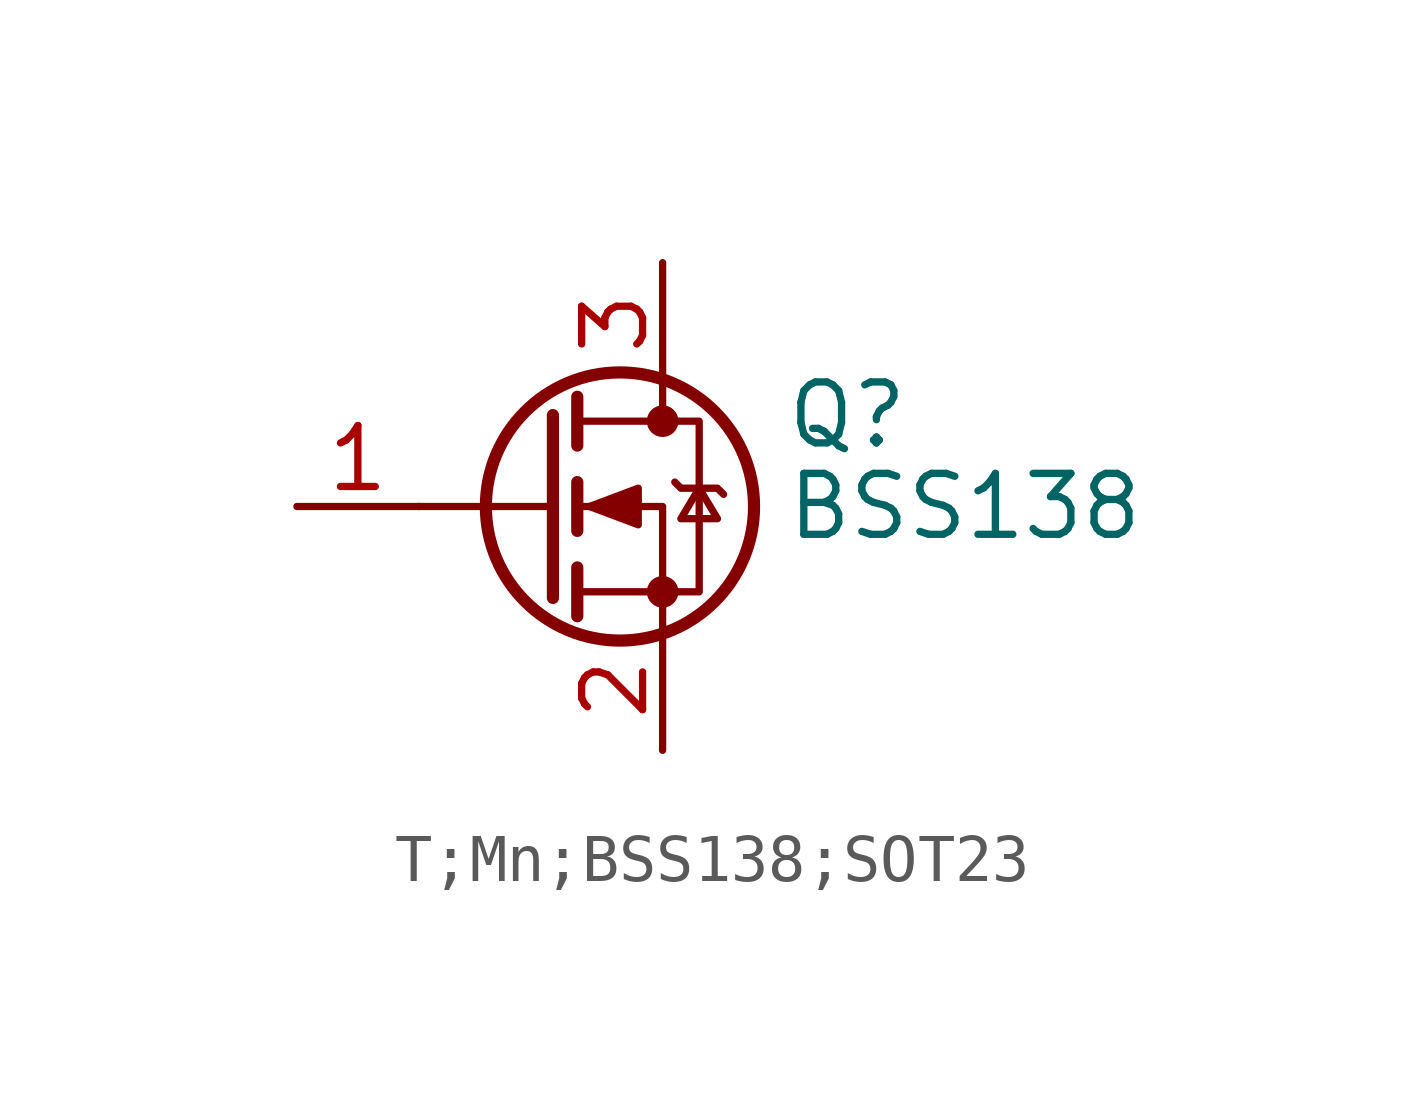
<source format=kicad_sym>
(kicad_symbol_lib
  (version 20231120)
  (generator "kicad_symbol_editor")
  (generator_version "8.0")
  (symbol "T;Mn;BSS138;SOT23"
    (pin_names hide)
    (property "Reference" "Q"
      (at 5.08 1.905 0)
      (effects (font (size 1.27 1.27)) (justify left)))
    (property "Value" "BSS138"
      (at 5.08 0 0)
      (effects (font (size 1.27 1.27)) (justify left)))
    (symbol "T;Mn;BSS138;SOT23_0_1"
      (polyline (pts (xy 0.254 0) (xy -2.54 0)) (stroke (width 0) (type default)) (fill (type none)))
      (polyline (pts (xy 0.254 1.905) (xy 0.254 -1.905)) (stroke (width 0.254) (type default)) (fill (type none)))
      (polyline (pts (xy 0.762 -1.27) (xy 0.762 -2.286)) (stroke (width 0.254) (type default)) (fill (type none)))
      (polyline (pts (xy 0.762 0.508) (xy 0.762 -0.508)) (stroke (width 0.254) (type default)) (fill (type none)))
      (polyline (pts (xy 0.762 2.286) (xy 0.762 1.27)) (stroke (width 0.254) (type default)) (fill (type none)))
      (polyline (pts (xy 2.54 2.54) (xy 2.54 1.778)) (stroke (width 0) (type default)) (fill (type none)))
      (polyline (pts (xy 2.54 -2.54) (xy 2.54 0) (xy 0.762 0)) (stroke (width 0) (type default)) (fill (type none)))
      (polyline (pts (xy 0.762 -1.778) (xy 3.302 -1.778) (xy 3.302 1.778) (xy 0.762 1.778)) (stroke (width 0) (type default)) (fill (type none)))
      (polyline (pts (xy 1.016 0) (xy 2.032 0.381) (xy 2.032 -0.381) (xy 1.016 0)) (stroke (width 0) (type default)) (fill (type outline)))
      (polyline (pts (xy 2.794 0.508) (xy 2.921 0.381) (xy 3.683 0.381) (xy 3.81 0.254)) (stroke (width 0) (type default)) (fill (type none)))
      (polyline (pts (xy 3.302 0.381) (xy 2.921 -0.254) (xy 3.683 -0.254) (xy 3.302 0.381)) (stroke (width 0) (type default)) (fill (type none)))
      (circle (center 1.651 0) (radius 2.794) (stroke (width 0.254) (type default)) (fill (type none)))
      (circle (center 2.54 -1.778) (radius 0.254) (stroke (width 0) (type default)) (fill (type outline)))
      (circle (center 2.54 1.778) (radius 0.254) (stroke (width 0) (type default)) (fill (type outline))))
    (symbol "T;Mn;BSS138;SOT23_1_1"
      (pin input line (at -5.08 0 0) (length 2.54) (name "G" (effects (font (size 1.27 1.27)))) (number "1" (effects (font (size 1.27 1.27)))))
      (pin passive line (at 2.54 -5.08 90) (length 2.54) (name "S" (effects (font (size 1.27 1.27)))) (number "2" (effects (font (size 1.27 1.27)))))
      (pin passive line (at 2.54 5.08 270) (length 2.54) (name "D" (effects (font (size 1.27 1.27)))) (number "3" (effects (font (size 1.27 1.27))))))))
</source>
